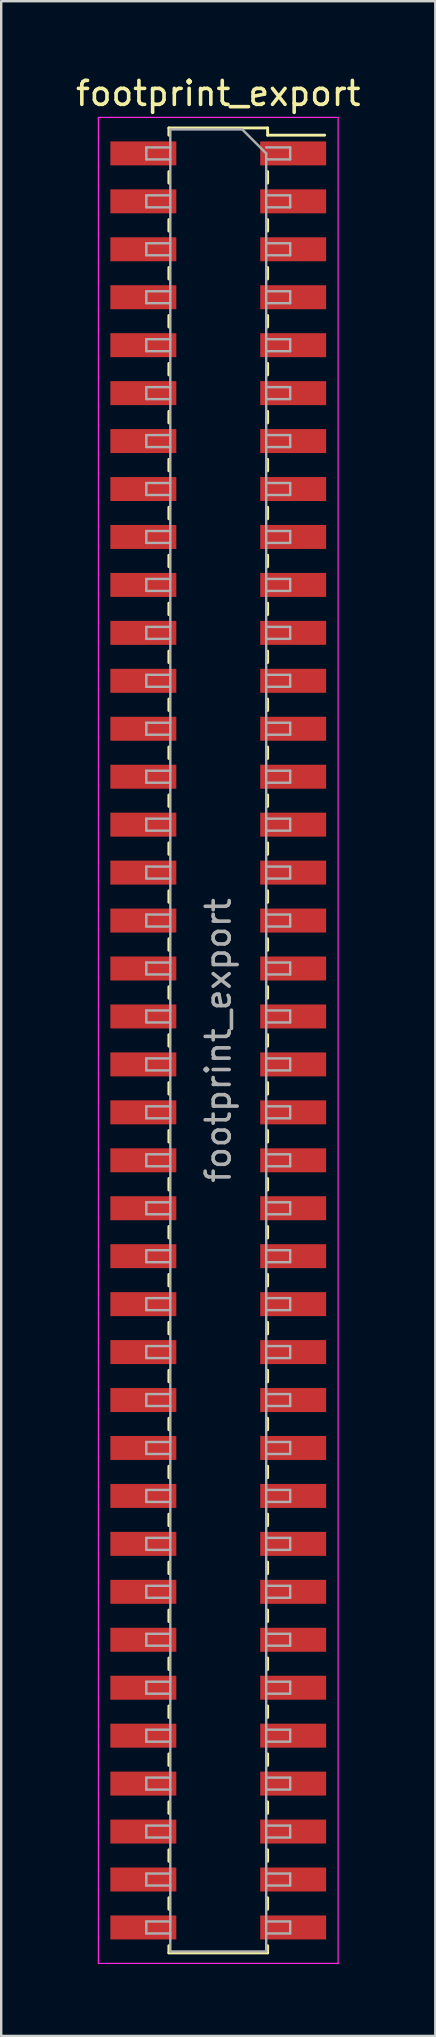
<source format=kicad_pcb>
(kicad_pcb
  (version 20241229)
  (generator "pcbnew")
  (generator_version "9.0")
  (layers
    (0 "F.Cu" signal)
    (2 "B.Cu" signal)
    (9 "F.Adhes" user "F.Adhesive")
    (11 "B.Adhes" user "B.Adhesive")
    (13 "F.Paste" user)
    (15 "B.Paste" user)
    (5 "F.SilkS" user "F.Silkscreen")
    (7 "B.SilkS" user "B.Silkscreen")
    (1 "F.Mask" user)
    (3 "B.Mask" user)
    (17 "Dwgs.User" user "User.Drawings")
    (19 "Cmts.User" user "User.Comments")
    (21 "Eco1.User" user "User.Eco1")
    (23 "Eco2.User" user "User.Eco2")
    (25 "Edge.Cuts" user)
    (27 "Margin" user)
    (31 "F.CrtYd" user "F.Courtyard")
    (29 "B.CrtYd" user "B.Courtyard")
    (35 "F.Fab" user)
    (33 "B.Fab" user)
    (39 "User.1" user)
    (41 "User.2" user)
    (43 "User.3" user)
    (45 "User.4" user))
  (footprint "footprint_export"
    (layer "F.Cu")
    (at 6.054 40.348)
    (property "Reference" "footprint_export" (at 0 -39.5 0) (layer "F.SilkS") (effects (font (size 1 1) (thickness 0.15))))
    (attr smd)
    (fp_line (start -2.06 -38.06) (end -2.06 -37.76) (stroke (width 0.12) (type solid)) (layer "F.SilkS"))
    (fp_line (start -2.06 -38.06) (end 2.06 -38.06) (stroke (width 0.12) (type solid)) (layer "F.SilkS"))
    (fp_line (start -2.06 -36.24) (end -2.06 -35.76) (stroke (width 0.12) (type solid)) (layer "F.SilkS"))
    (fp_line (start -2.06 -34.24) (end -2.06 -33.76) (stroke (width 0.12) (type solid)) (layer "F.SilkS"))
    (fp_line (start -2.06 -32.24) (end -2.06 -31.76) (stroke (width 0.12) (type solid)) (layer "F.SilkS"))
    (fp_line (start -2.06 -30.24) (end -2.06 -29.76) (stroke (width 0.12) (type solid)) (layer "F.SilkS"))
    (fp_line (start -2.06 -28.24) (end -2.06 -27.76) (stroke (width 0.12) (type solid)) (layer "F.SilkS"))
    (fp_line (start -2.06 -26.24) (end -2.06 -25.76) (stroke (width 0.12) (type solid)) (layer "F.SilkS"))
    (fp_line (start -2.06 -24.24) (end -2.06 -23.76) (stroke (width 0.12) (type solid)) (layer "F.SilkS"))
    (fp_line (start -2.06 -22.24) (end -2.06 -21.76) (stroke (width 0.12) (type solid)) (layer "F.SilkS"))
    (fp_line (start -2.06 -20.24) (end -2.06 -19.76) (stroke (width 0.12) (type solid)) (layer "F.SilkS"))
    (fp_line (start -2.06 -18.24) (end -2.06 -17.76) (stroke (width 0.12) (type solid)) (layer "F.SilkS"))
    (fp_line (start -2.06 -16.24) (end -2.06 -15.76) (stroke (width 0.12) (type solid)) (layer "F.SilkS"))
    (fp_line (start -2.06 -14.24) (end -2.06 -13.76) (stroke (width 0.12) (type solid)) (layer "F.SilkS"))
    (fp_line (start -2.06 -12.24) (end -2.06 -11.76) (stroke (width 0.12) (type solid)) (layer "F.SilkS"))
    (fp_line (start -2.06 -10.24) (end -2.06 -9.76) (stroke (width 0.12) (type solid)) (layer "F.SilkS"))
    (fp_line (start -2.06 -8.24) (end -2.06 -7.76) (stroke (width 0.12) (type solid)) (layer "F.SilkS"))
    (fp_line (start -2.06 -6.24) (end -2.06 -5.76) (stroke (width 0.12) (type solid)) (layer "F.SilkS"))
    (fp_line (start -2.06 -4.24) (end -2.06 -3.76) (stroke (width 0.12) (type solid)) (layer "F.SilkS"))
    (fp_line (start -2.06 -2.24) (end -2.06 -1.76) (stroke (width 0.12) (type solid)) (layer "F.SilkS"))
    (fp_line (start -2.06 -0.24) (end -2.06 0.24) (stroke (width 0.12) (type solid)) (layer "F.SilkS"))
    (fp_line (start -2.06 1.76) (end -2.06 2.24) (stroke (width 0.12) (type solid)) (layer "F.SilkS"))
    (fp_line (start -2.06 3.76) (end -2.06 4.24) (stroke (width 0.12) (type solid)) (layer "F.SilkS"))
    (fp_line (start -2.06 5.76) (end -2.06 6.24) (stroke (width 0.12) (type solid)) (layer "F.SilkS"))
    (fp_line (start -2.06 7.76) (end -2.06 8.24) (stroke (width 0.12) (type solid)) (layer "F.SilkS"))
    (fp_line (start -2.06 9.76) (end -2.06 10.24) (stroke (width 0.12) (type solid)) (layer "F.SilkS"))
    (fp_line (start -2.06 11.76) (end -2.06 12.24) (stroke (width 0.12) (type solid)) (layer "F.SilkS"))
    (fp_line (start -2.06 13.76) (end -2.06 14.24) (stroke (width 0.12) (type solid)) (layer "F.SilkS"))
    (fp_line (start -2.06 15.76) (end -2.06 16.24) (stroke (width 0.12) (type solid)) (layer "F.SilkS"))
    (fp_line (start -2.06 17.76) (end -2.06 18.24) (stroke (width 0.12) (type solid)) (layer "F.SilkS"))
    (fp_line (start -2.06 19.76) (end -2.06 20.24) (stroke (width 0.12) (type solid)) (layer "F.SilkS"))
    (fp_line (start -2.06 21.76) (end -2.06 22.24) (stroke (width 0.12) (type solid)) (layer "F.SilkS"))
    (fp_line (start -2.06 23.76) (end -2.06 24.24) (stroke (width 0.12) (type solid)) (layer "F.SilkS"))
    (fp_line (start -2.06 25.76) (end -2.06 26.24) (stroke (width 0.12) (type solid)) (layer "F.SilkS"))
    (fp_line (start -2.06 27.76) (end -2.06 28.24) (stroke (width 0.12) (type solid)) (layer "F.SilkS"))
    (fp_line (start -2.06 29.76) (end -2.06 30.24) (stroke (width 0.12) (type solid)) (layer "F.SilkS"))
    (fp_line (start -2.06 31.76) (end -2.06 32.24) (stroke (width 0.12) (type solid)) (layer "F.SilkS"))
    (fp_line (start -2.06 33.76) (end -2.06 34.24) (stroke (width 0.12) (type solid)) (layer "F.SilkS"))
    (fp_line (start -2.06 35.76) (end -2.06 36.24) (stroke (width 0.12) (type solid)) (layer "F.SilkS"))
    (fp_line (start -2.06 37.76) (end -2.06 38.06) (stroke (width 0.12) (type solid)) (layer "F.SilkS"))
    (fp_line (start -2.06 38.06) (end 2.06 38.06) (stroke (width 0.12) (type solid)) (layer "F.SilkS"))
    (fp_line (start 2.06 -38.06) (end 2.06 -37.76) (stroke (width 0.12) (type solid)) (layer "F.SilkS"))
    (fp_line (start 2.06 -37.76) (end 4.44 -37.76) (stroke (width 0.12) (type solid)) (layer "F.SilkS"))
    (fp_line (start 2.06 -36.24) (end 2.06 -35.76) (stroke (width 0.12) (type solid)) (layer "F.SilkS"))
    (fp_line (start 2.06 -34.24) (end 2.06 -33.76) (stroke (width 0.12) (type solid)) (layer "F.SilkS"))
    (fp_line (start 2.06 -32.24) (end 2.06 -31.76) (stroke (width 0.12) (type solid)) (layer "F.SilkS"))
    (fp_line (start 2.06 -30.24) (end 2.06 -29.76) (stroke (width 0.12) (type solid)) (layer "F.SilkS"))
    (fp_line (start 2.06 -28.24) (end 2.06 -27.76) (stroke (width 0.12) (type solid)) (layer "F.SilkS"))
    (fp_line (start 2.06 -26.24) (end 2.06 -25.76) (stroke (width 0.12) (type solid)) (layer "F.SilkS"))
    (fp_line (start 2.06 -24.24) (end 2.06 -23.76) (stroke (width 0.12) (type solid)) (layer "F.SilkS"))
    (fp_line (start 2.06 -22.24) (end 2.06 -21.76) (stroke (width 0.12) (type solid)) (layer "F.SilkS"))
    (fp_line (start 2.06 -20.24) (end 2.06 -19.76) (stroke (width 0.12) (type solid)) (layer "F.SilkS"))
    (fp_line (start 2.06 -18.24) (end 2.06 -17.76) (stroke (width 0.12) (type solid)) (layer "F.SilkS"))
    (fp_line (start 2.06 -16.24) (end 2.06 -15.76) (stroke (width 0.12) (type solid)) (layer "F.SilkS"))
    (fp_line (start 2.06 -14.24) (end 2.06 -13.76) (stroke (width 0.12) (type solid)) (layer "F.SilkS"))
    (fp_line (start 2.06 -12.24) (end 2.06 -11.76) (stroke (width 0.12) (type solid)) (layer "F.SilkS"))
    (fp_line (start 2.06 -10.24) (end 2.06 -9.76) (stroke (width 0.12) (type solid)) (layer "F.SilkS"))
    (fp_line (start 2.06 -8.24) (end 2.06 -7.76) (stroke (width 0.12) (type solid)) (layer "F.SilkS"))
    (fp_line (start 2.06 -6.24) (end 2.06 -5.76) (stroke (width 0.12) (type solid)) (layer "F.SilkS"))
    (fp_line (start 2.06 -4.24) (end 2.06 -3.76) (stroke (width 0.12) (type solid)) (layer "F.SilkS"))
    (fp_line (start 2.06 -2.24) (end 2.06 -1.76) (stroke (width 0.12) (type solid)) (layer "F.SilkS"))
    (fp_line (start 2.06 -0.24) (end 2.06 0.24) (stroke (width 0.12) (type solid)) (layer "F.SilkS"))
    (fp_line (start 2.06 1.76) (end 2.06 2.24) (stroke (width 0.12) (type solid)) (layer "F.SilkS"))
    (fp_line (start 2.06 3.76) (end 2.06 4.24) (stroke (width 0.12) (type solid)) (layer "F.SilkS"))
    (fp_line (start 2.06 5.76) (end 2.06 6.24) (stroke (width 0.12) (type solid)) (layer "F.SilkS"))
    (fp_line (start 2.06 7.76) (end 2.06 8.24) (stroke (width 0.12) (type solid)) (layer "F.SilkS"))
    (fp_line (start 2.06 9.76) (end 2.06 10.24) (stroke (width 0.12) (type solid)) (layer "F.SilkS"))
    (fp_line (start 2.06 11.76) (end 2.06 12.24) (stroke (width 0.12) (type solid)) (layer "F.SilkS"))
    (fp_line (start 2.06 13.76) (end 2.06 14.24) (stroke (width 0.12) (type solid)) (layer "F.SilkS"))
    (fp_line (start 2.06 15.76) (end 2.06 16.24) (stroke (width 0.12) (type solid)) (layer "F.SilkS"))
    (fp_line (start 2.06 17.76) (end 2.06 18.24) (stroke (width 0.12) (type solid)) (layer "F.SilkS"))
    (fp_line (start 2.06 19.76) (end 2.06 20.24) (stroke (width 0.12) (type solid)) (layer "F.SilkS"))
    (fp_line (start 2.06 21.76) (end 2.06 22.24) (stroke (width 0.12) (type solid)) (layer "F.SilkS"))
    (fp_line (start 2.06 23.76) (end 2.06 24.24) (stroke (width 0.12) (type solid)) (layer "F.SilkS"))
    (fp_line (start 2.06 25.76) (end 2.06 26.24) (stroke (width 0.12) (type solid)) (layer "F.SilkS"))
    (fp_line (start 2.06 27.76) (end 2.06 28.24) (stroke (width 0.12) (type solid)) (layer "F.SilkS"))
    (fp_line (start 2.06 29.76) (end 2.06 30.24) (stroke (width 0.12) (type solid)) (layer "F.SilkS"))
    (fp_line (start 2.06 31.76) (end 2.06 32.24) (stroke (width 0.12) (type solid)) (layer "F.SilkS"))
    (fp_line (start 2.06 33.76) (end 2.06 34.24) (stroke (width 0.12) (type solid)) (layer "F.SilkS"))
    (fp_line (start 2.06 35.76) (end 2.06 36.24) (stroke (width 0.12) (type solid)) (layer "F.SilkS"))
    (fp_line (start 2.06 37.76) (end 2.06 38.06) (stroke (width 0.12) (type solid)) (layer "F.SilkS"))
    (fp_line (start -5 -38.5) (end 5 -38.5) (stroke (width 0.05) (type solid)) (layer "F.CrtYd"))
    (fp_line (start -5 38.5) (end -5 -38.5) (stroke (width 0.05) (type solid)) (layer "F.CrtYd"))
    (fp_line (start 5 -38.5) (end 5 38.5) (stroke (width 0.05) (type solid)) (layer "F.CrtYd"))
    (fp_line (start 5 38.5) (end -5 38.5) (stroke (width 0.05) (type solid)) (layer "F.CrtYd"))
    (fp_line (start -3 -37.25) (end -2 -37.25) (stroke (width 0.1) (type solid)) (layer "F.Fab"))
    (fp_line (start -3 -36.75) (end -3 -37.25) (stroke (width 0.1) (type solid)) (layer "F.Fab"))
    (fp_line (start -3 -35.25) (end -2 -35.25) (stroke (width 0.1) (type solid)) (layer "F.Fab"))
    (fp_line (start -3 -34.75) (end -3 -35.25) (stroke (width 0.1) (type solid)) (layer "F.Fab"))
    (fp_line (start -3 -33.25) (end -2 -33.25) (stroke (width 0.1) (type solid)) (layer "F.Fab"))
    (fp_line (start -3 -32.75) (end -3 -33.25) (stroke (width 0.1) (type solid)) (layer "F.Fab"))
    (fp_line (start -3 -31.25) (end -2 -31.25) (stroke (width 0.1) (type solid)) (layer "F.Fab"))
    (fp_line (start -3 -30.75) (end -3 -31.25) (stroke (width 0.1) (type solid)) (layer "F.Fab"))
    (fp_line (start -3 -29.25) (end -2 -29.25) (stroke (width 0.1) (type solid)) (layer "F.Fab"))
    (fp_line (start -3 -28.75) (end -3 -29.25) (stroke (width 0.1) (type solid)) (layer "F.Fab"))
    (fp_line (start -3 -27.25) (end -2 -27.25) (stroke (width 0.1) (type solid)) (layer "F.Fab"))
    (fp_line (start -3 -26.75) (end -3 -27.25) (stroke (width 0.1) (type solid)) (layer "F.Fab"))
    (fp_line (start -3 -25.25) (end -2 -25.25) (stroke (width 0.1) (type solid)) (layer "F.Fab"))
    (fp_line (start -3 -24.75) (end -3 -25.25) (stroke (width 0.1) (type solid)) (layer "F.Fab"))
    (fp_line (start -3 -23.25) (end -2 -23.25) (stroke (width 0.1) (type solid)) (layer "F.Fab"))
    (fp_line (start -3 -22.75) (end -3 -23.25) (stroke (width 0.1) (type solid)) (layer "F.Fab"))
    (fp_line (start -3 -21.25) (end -2 -21.25) (stroke (width 0.1) (type solid)) (layer "F.Fab"))
    (fp_line (start -3 -20.75) (end -3 -21.25) (stroke (width 0.1) (type solid)) (layer "F.Fab"))
    (fp_line (start -3 -19.25) (end -2 -19.25) (stroke (width 0.1) (type solid)) (layer "F.Fab"))
    (fp_line (start -3 -18.75) (end -3 -19.25) (stroke (width 0.1) (type solid)) (layer "F.Fab"))
    (fp_line (start -3 -17.25) (end -2 -17.25) (stroke (width 0.1) (type solid)) (layer "F.Fab"))
    (fp_line (start -3 -16.75) (end -3 -17.25) (stroke (width 0.1) (type solid)) (layer "F.Fab"))
    (fp_line (start -3 -15.25) (end -2 -15.25) (stroke (width 0.1) (type solid)) (layer "F.Fab"))
    (fp_line (start -3 -14.75) (end -3 -15.25) (stroke (width 0.1) (type solid)) (layer "F.Fab"))
    (fp_line (start -3 -13.25) (end -2 -13.25) (stroke (width 0.1) (type solid)) (layer "F.Fab"))
    (fp_line (start -3 -12.75) (end -3 -13.25) (stroke (width 0.1) (type solid)) (layer "F.Fab"))
    (fp_line (start -3 -11.25) (end -2 -11.25) (stroke (width 0.1) (type solid)) (layer "F.Fab"))
    (fp_line (start -3 -10.75) (end -3 -11.25) (stroke (width 0.1) (type solid)) (layer "F.Fab"))
    (fp_line (start -3 -9.25) (end -2 -9.25) (stroke (width 0.1) (type solid)) (layer "F.Fab"))
    (fp_line (start -3 -8.75) (end -3 -9.25) (stroke (width 0.1) (type solid)) (layer "F.Fab"))
    (fp_line (start -3 -7.25) (end -2 -7.25) (stroke (width 0.1) (type solid)) (layer "F.Fab"))
    (fp_line (start -3 -6.75) (end -3 -7.25) (stroke (width 0.1) (type solid)) (layer "F.Fab"))
    (fp_line (start -3 -5.25) (end -2 -5.25) (stroke (width 0.1) (type solid)) (layer "F.Fab"))
    (fp_line (start -3 -4.75) (end -3 -5.25) (stroke (width 0.1) (type solid)) (layer "F.Fab"))
    (fp_line (start -3 -3.25) (end -2 -3.25) (stroke (width 0.1) (type solid)) (layer "F.Fab"))
    (fp_line (start -3 -2.75) (end -3 -3.25) (stroke (width 0.1) (type solid)) (layer "F.Fab"))
    (fp_line (start -3 -1.25) (end -2 -1.25) (stroke (width 0.1) (type solid)) (layer "F.Fab"))
    (fp_line (start -3 -0.75) (end -3 -1.25) (stroke (width 0.1) (type solid)) (layer "F.Fab"))
    (fp_line (start -3 0.75) (end -2 0.75) (stroke (width 0.1) (type solid)) (layer "F.Fab"))
    (fp_line (start -3 1.25) (end -3 0.75) (stroke (width 0.1) (type solid)) (layer "F.Fab"))
    (fp_line (start -3 2.75) (end -2 2.75) (stroke (width 0.1) (type solid)) (layer "F.Fab"))
    (fp_line (start -3 3.25) (end -3 2.75) (stroke (width 0.1) (type solid)) (layer "F.Fab"))
    (fp_line (start -3 4.75) (end -2 4.75) (stroke (width 0.1) (type solid)) (layer "F.Fab"))
    (fp_line (start -3 5.25) (end -3 4.75) (stroke (width 0.1) (type solid)) (layer "F.Fab"))
    (fp_line (start -3 6.75) (end -2 6.75) (stroke (width 0.1) (type solid)) (layer "F.Fab"))
    (fp_line (start -3 7.25) (end -3 6.75) (stroke (width 0.1) (type solid)) (layer "F.Fab"))
    (fp_line (start -3 8.75) (end -2 8.75) (stroke (width 0.1) (type solid)) (layer "F.Fab"))
    (fp_line (start -3 9.25) (end -3 8.75) (stroke (width 0.1) (type solid)) (layer "F.Fab"))
    (fp_line (start -3 10.75) (end -2 10.75) (stroke (width 0.1) (type solid)) (layer "F.Fab"))
    (fp_line (start -3 11.25) (end -3 10.75) (stroke (width 0.1) (type solid)) (layer "F.Fab"))
    (fp_line (start -3 12.75) (end -2 12.75) (stroke (width 0.1) (type solid)) (layer "F.Fab"))
    (fp_line (start -3 13.25) (end -3 12.75) (stroke (width 0.1) (type solid)) (layer "F.Fab"))
    (fp_line (start -3 14.75) (end -2 14.75) (stroke (width 0.1) (type solid)) (layer "F.Fab"))
    (fp_line (start -3 15.25) (end -3 14.75) (stroke (width 0.1) (type solid)) (layer "F.Fab"))
    (fp_line (start -3 16.75) (end -2 16.75) (stroke (width 0.1) (type solid)) (layer "F.Fab"))
    (fp_line (start -3 17.25) (end -3 16.75) (stroke (width 0.1) (type solid)) (layer "F.Fab"))
    (fp_line (start -3 18.75) (end -2 18.75) (stroke (width 0.1) (type solid)) (layer "F.Fab"))
    (fp_line (start -3 19.25) (end -3 18.75) (stroke (width 0.1) (type solid)) (layer "F.Fab"))
    (fp_line (start -3 20.75) (end -2 20.75) (stroke (width 0.1) (type solid)) (layer "F.Fab"))
    (fp_line (start -3 21.25) (end -3 20.75) (stroke (width 0.1) (type solid)) (layer "F.Fab"))
    (fp_line (start -3 22.75) (end -2 22.75) (stroke (width 0.1) (type solid)) (layer "F.Fab"))
    (fp_line (start -3 23.25) (end -3 22.75) (stroke (width 0.1) (type solid)) (layer "F.Fab"))
    (fp_line (start -3 24.75) (end -2 24.75) (stroke (width 0.1) (type solid)) (layer "F.Fab"))
    (fp_line (start -3 25.25) (end -3 24.75) (stroke (width 0.1) (type solid)) (layer "F.Fab"))
    (fp_line (start -3 26.75) (end -2 26.75) (stroke (width 0.1) (type solid)) (layer "F.Fab"))
    (fp_line (start -3 27.25) (end -3 26.75) (stroke (width 0.1) (type solid)) (layer "F.Fab"))
    (fp_line (start -3 28.75) (end -2 28.75) (stroke (width 0.1) (type solid)) (layer "F.Fab"))
    (fp_line (start -3 29.25) (end -3 28.75) (stroke (width 0.1) (type solid)) (layer "F.Fab"))
    (fp_line (start -3 30.75) (end -2 30.75) (stroke (width 0.1) (type solid)) (layer "F.Fab"))
    (fp_line (start -3 31.25) (end -3 30.75) (stroke (width 0.1) (type solid)) (layer "F.Fab"))
    (fp_line (start -3 32.75) (end -2 32.75) (stroke (width 0.1) (type solid)) (layer "F.Fab"))
    (fp_line (start -3 33.25) (end -3 32.75) (stroke (width 0.1) (type solid)) (layer "F.Fab"))
    (fp_line (start -3 34.75) (end -2 34.75) (stroke (width 0.1) (type solid)) (layer "F.Fab"))
    (fp_line (start -3 35.25) (end -3 34.75) (stroke (width 0.1) (type solid)) (layer "F.Fab"))
    (fp_line (start -3 36.75) (end -2 36.75) (stroke (width 0.1) (type solid)) (layer "F.Fab"))
    (fp_line (start -3 37.25) (end -3 36.75) (stroke (width 0.1) (type solid)) (layer "F.Fab"))
    (fp_line (start -2 -38) (end 1 -38) (stroke (width 0.1) (type solid)) (layer "F.Fab"))
    (fp_line (start -2 -36.75) (end -3 -36.75) (stroke (width 0.1) (type solid)) (layer "F.Fab"))
    (fp_line (start -2 -34.75) (end -3 -34.75) (stroke (width 0.1) (type solid)) (layer "F.Fab"))
    (fp_line (start -2 -32.75) (end -3 -32.75) (stroke (width 0.1) (type solid)) (layer "F.Fab"))
    (fp_line (start -2 -30.75) (end -3 -30.75) (stroke (width 0.1) (type solid)) (layer "F.Fab"))
    (fp_line (start -2 -28.75) (end -3 -28.75) (stroke (width 0.1) (type solid)) (layer "F.Fab"))
    (fp_line (start -2 -26.75) (end -3 -26.75) (stroke (width 0.1) (type solid)) (layer "F.Fab"))
    (fp_line (start -2 -24.75) (end -3 -24.75) (stroke (width 0.1) (type solid)) (layer "F.Fab"))
    (fp_line (start -2 -22.75) (end -3 -22.75) (stroke (width 0.1) (type solid)) (layer "F.Fab"))
    (fp_line (start -2 -20.75) (end -3 -20.75) (stroke (width 0.1) (type solid)) (layer "F.Fab"))
    (fp_line (start -2 -18.75) (end -3 -18.75) (stroke (width 0.1) (type solid)) (layer "F.Fab"))
    (fp_line (start -2 -16.75) (end -3 -16.75) (stroke (width 0.1) (type solid)) (layer "F.Fab"))
    (fp_line (start -2 -14.75) (end -3 -14.75) (stroke (width 0.1) (type solid)) (layer "F.Fab"))
    (fp_line (start -2 -12.75) (end -3 -12.75) (stroke (width 0.1) (type solid)) (layer "F.Fab"))
    (fp_line (start -2 -10.75) (end -3 -10.75) (stroke (width 0.1) (type solid)) (layer "F.Fab"))
    (fp_line (start -2 -8.75) (end -3 -8.75) (stroke (width 0.1) (type solid)) (layer "F.Fab"))
    (fp_line (start -2 -6.75) (end -3 -6.75) (stroke (width 0.1) (type solid)) (layer "F.Fab"))
    (fp_line (start -2 -4.75) (end -3 -4.75) (stroke (width 0.1) (type solid)) (layer "F.Fab"))
    (fp_line (start -2 -2.75) (end -3 -2.75) (stroke (width 0.1) (type solid)) (layer "F.Fab"))
    (fp_line (start -2 -0.75) (end -3 -0.75) (stroke (width 0.1) (type solid)) (layer "F.Fab"))
    (fp_line (start -2 1.25) (end -3 1.25) (stroke (width 0.1) (type solid)) (layer "F.Fab"))
    (fp_line (start -2 3.25) (end -3 3.25) (stroke (width 0.1) (type solid)) (layer "F.Fab"))
    (fp_line (start -2 5.25) (end -3 5.25) (stroke (width 0.1) (type solid)) (layer "F.Fab"))
    (fp_line (start -2 7.25) (end -3 7.25) (stroke (width 0.1) (type solid)) (layer "F.Fab"))
    (fp_line (start -2 9.25) (end -3 9.25) (stroke (width 0.1) (type solid)) (layer "F.Fab"))
    (fp_line (start -2 11.25) (end -3 11.25) (stroke (width 0.1) (type solid)) (layer "F.Fab"))
    (fp_line (start -2 13.25) (end -3 13.25) (stroke (width 0.1) (type solid)) (layer "F.Fab"))
    (fp_line (start -2 15.25) (end -3 15.25) (stroke (width 0.1) (type solid)) (layer "F.Fab"))
    (fp_line (start -2 17.25) (end -3 17.25) (stroke (width 0.1) (type solid)) (layer "F.Fab"))
    (fp_line (start -2 19.25) (end -3 19.25) (stroke (width 0.1) (type solid)) (layer "F.Fab"))
    (fp_line (start -2 21.25) (end -3 21.25) (stroke (width 0.1) (type solid)) (layer "F.Fab"))
    (fp_line (start -2 23.25) (end -3 23.25) (stroke (width 0.1) (type solid)) (layer "F.Fab"))
    (fp_line (start -2 25.25) (end -3 25.25) (stroke (width 0.1) (type solid)) (layer "F.Fab"))
    (fp_line (start -2 27.25) (end -3 27.25) (stroke (width 0.1) (type solid)) (layer "F.Fab"))
    (fp_line (start -2 29.25) (end -3 29.25) (stroke (width 0.1) (type solid)) (layer "F.Fab"))
    (fp_line (start -2 31.25) (end -3 31.25) (stroke (width 0.1) (type solid)) (layer "F.Fab"))
    (fp_line (start -2 33.25) (end -3 33.25) (stroke (width 0.1) (type solid)) (layer "F.Fab"))
    (fp_line (start -2 35.25) (end -3 35.25) (stroke (width 0.1) (type solid)) (layer "F.Fab"))
    (fp_line (start -2 37.25) (end -3 37.25) (stroke (width 0.1) (type solid)) (layer "F.Fab"))
    (fp_line (start -2 38) (end -2 -38) (stroke (width 0.1) (type solid)) (layer "F.Fab"))
    (fp_line (start 1 -38) (end 2 -37) (stroke (width 0.1) (type solid)) (layer "F.Fab"))
    (fp_line (start 2 -37.25) (end 3 -37.25) (stroke (width 0.1) (type solid)) (layer "F.Fab"))
    (fp_line (start 2 -37) (end 2 38) (stroke (width 0.1) (type solid)) (layer "F.Fab"))
    (fp_line (start 2 -35.25) (end 3 -35.25) (stroke (width 0.1) (type solid)) (layer "F.Fab"))
    (fp_line (start 2 -33.25) (end 3 -33.25) (stroke (width 0.1) (type solid)) (layer "F.Fab"))
    (fp_line (start 2 -31.25) (end 3 -31.25) (stroke (width 0.1) (type solid)) (layer "F.Fab"))
    (fp_line (start 2 -29.25) (end 3 -29.25) (stroke (width 0.1) (type solid)) (layer "F.Fab"))
    (fp_line (start 2 -27.25) (end 3 -27.25) (stroke (width 0.1) (type solid)) (layer "F.Fab"))
    (fp_line (start 2 -25.25) (end 3 -25.25) (stroke (width 0.1) (type solid)) (layer "F.Fab"))
    (fp_line (start 2 -23.25) (end 3 -23.25) (stroke (width 0.1) (type solid)) (layer "F.Fab"))
    (fp_line (start 2 -21.25) (end 3 -21.25) (stroke (width 0.1) (type solid)) (layer "F.Fab"))
    (fp_line (start 2 -19.25) (end 3 -19.25) (stroke (width 0.1) (type solid)) (layer "F.Fab"))
    (fp_line (start 2 -17.25) (end 3 -17.25) (stroke (width 0.1) (type solid)) (layer "F.Fab"))
    (fp_line (start 2 -15.25) (end 3 -15.25) (stroke (width 0.1) (type solid)) (layer "F.Fab"))
    (fp_line (start 2 -13.25) (end 3 -13.25) (stroke (width 0.1) (type solid)) (layer "F.Fab"))
    (fp_line (start 2 -11.25) (end 3 -11.25) (stroke (width 0.1) (type solid)) (layer "F.Fab"))
    (fp_line (start 2 -9.25) (end 3 -9.25) (stroke (width 0.1) (type solid)) (layer "F.Fab"))
    (fp_line (start 2 -7.25) (end 3 -7.25) (stroke (width 0.1) (type solid)) (layer "F.Fab"))
    (fp_line (start 2 -5.25) (end 3 -5.25) (stroke (width 0.1) (type solid)) (layer "F.Fab"))
    (fp_line (start 2 -3.25) (end 3 -3.25) (stroke (width 0.1) (type solid)) (layer "F.Fab"))
    (fp_line (start 2 -1.25) (end 3 -1.25) (stroke (width 0.1) (type solid)) (layer "F.Fab"))
    (fp_line (start 2 0.75) (end 3 0.75) (stroke (width 0.1) (type solid)) (layer "F.Fab"))
    (fp_line (start 2 2.75) (end 3 2.75) (stroke (width 0.1) (type solid)) (layer "F.Fab"))
    (fp_line (start 2 4.75) (end 3 4.75) (stroke (width 0.1) (type solid)) (layer "F.Fab"))
    (fp_line (start 2 6.75) (end 3 6.75) (stroke (width 0.1) (type solid)) (layer "F.Fab"))
    (fp_line (start 2 8.75) (end 3 8.75) (stroke (width 0.1) (type solid)) (layer "F.Fab"))
    (fp_line (start 2 10.75) (end 3 10.75) (stroke (width 0.1) (type solid)) (layer "F.Fab"))
    (fp_line (start 2 12.75) (end 3 12.75) (stroke (width 0.1) (type solid)) (layer "F.Fab"))
    (fp_line (start 2 14.75) (end 3 14.75) (stroke (width 0.1) (type solid)) (layer "F.Fab"))
    (fp_line (start 2 16.75) (end 3 16.75) (stroke (width 0.1) (type solid)) (layer "F.Fab"))
    (fp_line (start 2 18.75) (end 3 18.75) (stroke (width 0.1) (type solid)) (layer "F.Fab"))
    (fp_line (start 2 20.75) (end 3 20.75) (stroke (width 0.1) (type solid)) (layer "F.Fab"))
    (fp_line (start 2 22.75) (end 3 22.75) (stroke (width 0.1) (type solid)) (layer "F.Fab"))
    (fp_line (start 2 24.75) (end 3 24.75) (stroke (width 0.1) (type solid)) (layer "F.Fab"))
    (fp_line (start 2 26.75) (end 3 26.75) (stroke (width 0.1) (type solid)) (layer "F.Fab"))
    (fp_line (start 2 28.75) (end 3 28.75) (stroke (width 0.1) (type solid)) (layer "F.Fab"))
    (fp_line (start 2 30.75) (end 3 30.75) (stroke (width 0.1) (type solid)) (layer "F.Fab"))
    (fp_line (start 2 32.75) (end 3 32.75) (stroke (width 0.1) (type solid)) (layer "F.Fab"))
    (fp_line (start 2 34.75) (end 3 34.75) (stroke (width 0.1) (type solid)) (layer "F.Fab"))
    (fp_line (start 2 36.75) (end 3 36.75) (stroke (width 0.1) (type solid)) (layer "F.Fab"))
    (fp_line (start 2 38) (end -2 38) (stroke (width 0.1) (type solid)) (layer "F.Fab"))
    (fp_line (start 3 -37.25) (end 3 -36.75) (stroke (width 0.1) (type solid)) (layer "F.Fab"))
    (fp_line (start 3 -36.75) (end 2 -36.75) (stroke (width 0.1) (type solid)) (layer "F.Fab"))
    (fp_line (start 3 -35.25) (end 3 -34.75) (stroke (width 0.1) (type solid)) (layer "F.Fab"))
    (fp_line (start 3 -34.75) (end 2 -34.75) (stroke (width 0.1) (type solid)) (layer "F.Fab"))
    (fp_line (start 3 -33.25) (end 3 -32.75) (stroke (width 0.1) (type solid)) (layer "F.Fab"))
    (fp_line (start 3 -32.75) (end 2 -32.75) (stroke (width 0.1) (type solid)) (layer "F.Fab"))
    (fp_line (start 3 -31.25) (end 3 -30.75) (stroke (width 0.1) (type solid)) (layer "F.Fab"))
    (fp_line (start 3 -30.75) (end 2 -30.75) (stroke (width 0.1) (type solid)) (layer "F.Fab"))
    (fp_line (start 3 -29.25) (end 3 -28.75) (stroke (width 0.1) (type solid)) (layer "F.Fab"))
    (fp_line (start 3 -28.75) (end 2 -28.75) (stroke (width 0.1) (type solid)) (layer "F.Fab"))
    (fp_line (start 3 -27.25) (end 3 -26.75) (stroke (width 0.1) (type solid)) (layer "F.Fab"))
    (fp_line (start 3 -26.75) (end 2 -26.75) (stroke (width 0.1) (type solid)) (layer "F.Fab"))
    (fp_line (start 3 -25.25) (end 3 -24.75) (stroke (width 0.1) (type solid)) (layer "F.Fab"))
    (fp_line (start 3 -24.75) (end 2 -24.75) (stroke (width 0.1) (type solid)) (layer "F.Fab"))
    (fp_line (start 3 -23.25) (end 3 -22.75) (stroke (width 0.1) (type solid)) (layer "F.Fab"))
    (fp_line (start 3 -22.75) (end 2 -22.75) (stroke (width 0.1) (type solid)) (layer "F.Fab"))
    (fp_line (start 3 -21.25) (end 3 -20.75) (stroke (width 0.1) (type solid)) (layer "F.Fab"))
    (fp_line (start 3 -20.75) (end 2 -20.75) (stroke (width 0.1) (type solid)) (layer "F.Fab"))
    (fp_line (start 3 -19.25) (end 3 -18.75) (stroke (width 0.1) (type solid)) (layer "F.Fab"))
    (fp_line (start 3 -18.75) (end 2 -18.75) (stroke (width 0.1) (type solid)) (layer "F.Fab"))
    (fp_line (start 3 -17.25) (end 3 -16.75) (stroke (width 0.1) (type solid)) (layer "F.Fab"))
    (fp_line (start 3 -16.75) (end 2 -16.75) (stroke (width 0.1) (type solid)) (layer "F.Fab"))
    (fp_line (start 3 -15.25) (end 3 -14.75) (stroke (width 0.1) (type solid)) (layer "F.Fab"))
    (fp_line (start 3 -14.75) (end 2 -14.75) (stroke (width 0.1) (type solid)) (layer "F.Fab"))
    (fp_line (start 3 -13.25) (end 3 -12.75) (stroke (width 0.1) (type solid)) (layer "F.Fab"))
    (fp_line (start 3 -12.75) (end 2 -12.75) (stroke (width 0.1) (type solid)) (layer "F.Fab"))
    (fp_line (start 3 -11.25) (end 3 -10.75) (stroke (width 0.1) (type solid)) (layer "F.Fab"))
    (fp_line (start 3 -10.75) (end 2 -10.75) (stroke (width 0.1) (type solid)) (layer "F.Fab"))
    (fp_line (start 3 -9.25) (end 3 -8.75) (stroke (width 0.1) (type solid)) (layer "F.Fab"))
    (fp_line (start 3 -8.75) (end 2 -8.75) (stroke (width 0.1) (type solid)) (layer "F.Fab"))
    (fp_line (start 3 -7.25) (end 3 -6.75) (stroke (width 0.1) (type solid)) (layer "F.Fab"))
    (fp_line (start 3 -6.75) (end 2 -6.75) (stroke (width 0.1) (type solid)) (layer "F.Fab"))
    (fp_line (start 3 -5.25) (end 3 -4.75) (stroke (width 0.1) (type solid)) (layer "F.Fab"))
    (fp_line (start 3 -4.75) (end 2 -4.75) (stroke (width 0.1) (type solid)) (layer "F.Fab"))
    (fp_line (start 3 -3.25) (end 3 -2.75) (stroke (width 0.1) (type solid)) (layer "F.Fab"))
    (fp_line (start 3 -2.75) (end 2 -2.75) (stroke (width 0.1) (type solid)) (layer "F.Fab"))
    (fp_line (start 3 -1.25) (end 3 -0.75) (stroke (width 0.1) (type solid)) (layer "F.Fab"))
    (fp_line (start 3 -0.75) (end 2 -0.75) (stroke (width 0.1) (type solid)) (layer "F.Fab"))
    (fp_line (start 3 0.75) (end 3 1.25) (stroke (width 0.1) (type solid)) (layer "F.Fab"))
    (fp_line (start 3 1.25) (end 2 1.25) (stroke (width 0.1) (type solid)) (layer "F.Fab"))
    (fp_line (start 3 2.75) (end 3 3.25) (stroke (width 0.1) (type solid)) (layer "F.Fab"))
    (fp_line (start 3 3.25) (end 2 3.25) (stroke (width 0.1) (type solid)) (layer "F.Fab"))
    (fp_line (start 3 4.75) (end 3 5.25) (stroke (width 0.1) (type solid)) (layer "F.Fab"))
    (fp_line (start 3 5.25) (end 2 5.25) (stroke (width 0.1) (type solid)) (layer "F.Fab"))
    (fp_line (start 3 6.75) (end 3 7.25) (stroke (width 0.1) (type solid)) (layer "F.Fab"))
    (fp_line (start 3 7.25) (end 2 7.25) (stroke (width 0.1) (type solid)) (layer "F.Fab"))
    (fp_line (start 3 8.75) (end 3 9.25) (stroke (width 0.1) (type solid)) (layer "F.Fab"))
    (fp_line (start 3 9.25) (end 2 9.25) (stroke (width 0.1) (type solid)) (layer "F.Fab"))
    (fp_line (start 3 10.75) (end 3 11.25) (stroke (width 0.1) (type solid)) (layer "F.Fab"))
    (fp_line (start 3 11.25) (end 2 11.25) (stroke (width 0.1) (type solid)) (layer "F.Fab"))
    (fp_line (start 3 12.75) (end 3 13.25) (stroke (width 0.1) (type solid)) (layer "F.Fab"))
    (fp_line (start 3 13.25) (end 2 13.25) (stroke (width 0.1) (type solid)) (layer "F.Fab"))
    (fp_line (start 3 14.75) (end 3 15.25) (stroke (width 0.1) (type solid)) (layer "F.Fab"))
    (fp_line (start 3 15.25) (end 2 15.25) (stroke (width 0.1) (type solid)) (layer "F.Fab"))
    (fp_line (start 3 16.75) (end 3 17.25) (stroke (width 0.1) (type solid)) (layer "F.Fab"))
    (fp_line (start 3 17.25) (end 2 17.25) (stroke (width 0.1) (type solid)) (layer "F.Fab"))
    (fp_line (start 3 18.75) (end 3 19.25) (stroke (width 0.1) (type solid)) (layer "F.Fab"))
    (fp_line (start 3 19.25) (end 2 19.25) (stroke (width 0.1) (type solid)) (layer "F.Fab"))
    (fp_line (start 3 20.75) (end 3 21.25) (stroke (width 0.1) (type solid)) (layer "F.Fab"))
    (fp_line (start 3 21.25) (end 2 21.25) (stroke (width 0.1) (type solid)) (layer "F.Fab"))
    (fp_line (start 3 22.75) (end 3 23.25) (stroke (width 0.1) (type solid)) (layer "F.Fab"))
    (fp_line (start 3 23.25) (end 2 23.25) (stroke (width 0.1) (type solid)) (layer "F.Fab"))
    (fp_line (start 3 24.75) (end 3 25.25) (stroke (width 0.1) (type solid)) (layer "F.Fab"))
    (fp_line (start 3 25.25) (end 2 25.25) (stroke (width 0.1) (type solid)) (layer "F.Fab"))
    (fp_line (start 3 26.75) (end 3 27.25) (stroke (width 0.1) (type solid)) (layer "F.Fab"))
    (fp_line (start 3 27.25) (end 2 27.25) (stroke (width 0.1) (type solid)) (layer "F.Fab"))
    (fp_line (start 3 28.75) (end 3 29.25) (stroke (width 0.1) (type solid)) (layer "F.Fab"))
    (fp_line (start 3 29.25) (end 2 29.25) (stroke (width 0.1) (type solid)) (layer "F.Fab"))
    (fp_line (start 3 30.75) (end 3 31.25) (stroke (width 0.1) (type solid)) (layer "F.Fab"))
    (fp_line (start 3 31.25) (end 2 31.25) (stroke (width 0.1) (type solid)) (layer "F.Fab"))
    (fp_line (start 3 32.75) (end 3 33.25) (stroke (width 0.1) (type solid)) (layer "F.Fab"))
    (fp_line (start 3 33.25) (end 2 33.25) (stroke (width 0.1) (type solid)) (layer "F.Fab"))
    (fp_line (start 3 34.75) (end 3 35.25) (stroke (width 0.1) (type solid)) (layer "F.Fab"))
    (fp_line (start 3 35.25) (end 2 35.25) (stroke (width 0.1) (type solid)) (layer "F.Fab"))
    (fp_line (start 3 36.75) (end 3 37.25) (stroke (width 0.1) (type solid)) (layer "F.Fab"))
    (fp_line (start 3 37.25) (end 2 37.25) (stroke (width 0.1) (type solid)) (layer "F.Fab"))
    (fp_text user "${REFERENCE}" (at 0 0 90) (layer "F.Fab") (effects (font (size 1 1) (thickness 0.15))))
    (pad "1" smd rect (at 3.125 -37) (size 2.75 1) (layers "F.Cu" "F.Mask" "F.Paste"))
    (pad "2" smd rect (at -3.125 -37) (size 2.75 1) (layers "F.Cu" "F.Mask" "F.Paste"))
    (pad "3" smd rect (at 3.125 -35) (size 2.75 1) (layers "F.Cu" "F.Mask" "F.Paste"))
    (pad "4" smd rect (at -3.125 -35) (size 2.75 1) (layers "F.Cu" "F.Mask" "F.Paste"))
    (pad "5" smd rect (at 3.125 -33) (size 2.75 1) (layers "F.Cu" "F.Mask" "F.Paste"))
    (pad "6" smd rect (at -3.125 -33) (size 2.75 1) (layers "F.Cu" "F.Mask" "F.Paste"))
    (pad "7" smd rect (at 3.125 -31) (size 2.75 1) (layers "F.Cu" "F.Mask" "F.Paste"))
    (pad "8" smd rect (at -3.125 -31) (size 2.75 1) (layers "F.Cu" "F.Mask" "F.Paste"))
    (pad "9" smd rect (at 3.125 -29) (size 2.75 1) (layers "F.Cu" "F.Mask" "F.Paste"))
    (pad "10" smd rect (at -3.125 -29) (size 2.75 1) (layers "F.Cu" "F.Mask" "F.Paste"))
    (pad "11" smd rect (at 3.125 -27) (size 2.75 1) (layers "F.Cu" "F.Mask" "F.Paste"))
    (pad "12" smd rect (at -3.125 -27) (size 2.75 1) (layers "F.Cu" "F.Mask" "F.Paste"))
    (pad "13" smd rect (at 3.125 -25) (size 2.75 1) (layers "F.Cu" "F.Mask" "F.Paste"))
    (pad "14" smd rect (at -3.125 -25) (size 2.75 1) (layers "F.Cu" "F.Mask" "F.Paste"))
    (pad "15" smd rect (at 3.125 -23) (size 2.75 1) (layers "F.Cu" "F.Mask" "F.Paste"))
    (pad "16" smd rect (at -3.125 -23) (size 2.75 1) (layers "F.Cu" "F.Mask" "F.Paste"))
    (pad "17" smd rect (at 3.125 -21) (size 2.75 1) (layers "F.Cu" "F.Mask" "F.Paste"))
    (pad "18" smd rect (at -3.125 -21) (size 2.75 1) (layers "F.Cu" "F.Mask" "F.Paste"))
    (pad "19" smd rect (at 3.125 -19) (size 2.75 1) (layers "F.Cu" "F.Mask" "F.Paste"))
    (pad "20" smd rect (at -3.125 -19) (size 2.75 1) (layers "F.Cu" "F.Mask" "F.Paste"))
    (pad "21" smd rect (at 3.125 -17) (size 2.75 1) (layers "F.Cu" "F.Mask" "F.Paste"))
    (pad "22" smd rect (at -3.125 -17) (size 2.75 1) (layers "F.Cu" "F.Mask" "F.Paste"))
    (pad "23" smd rect (at 3.125 -15) (size 2.75 1) (layers "F.Cu" "F.Mask" "F.Paste"))
    (pad "24" smd rect (at -3.125 -15) (size 2.75 1) (layers "F.Cu" "F.Mask" "F.Paste"))
    (pad "25" smd rect (at 3.125 -13) (size 2.75 1) (layers "F.Cu" "F.Mask" "F.Paste"))
    (pad "26" smd rect (at -3.125 -13) (size 2.75 1) (layers "F.Cu" "F.Mask" "F.Paste"))
    (pad "27" smd rect (at 3.125 -11) (size 2.75 1) (layers "F.Cu" "F.Mask" "F.Paste"))
    (pad "28" smd rect (at -3.125 -11) (size 2.75 1) (layers "F.Cu" "F.Mask" "F.Paste"))
    (pad "29" smd rect (at 3.125 -9) (size 2.75 1) (layers "F.Cu" "F.Mask" "F.Paste"))
    (pad "30" smd rect (at -3.125 -9) (size 2.75 1) (layers "F.Cu" "F.Mask" "F.Paste"))
    (pad "31" smd rect (at 3.125 -7) (size 2.75 1) (layers "F.Cu" "F.Mask" "F.Paste"))
    (pad "32" smd rect (at -3.125 -7) (size 2.75 1) (layers "F.Cu" "F.Mask" "F.Paste"))
    (pad "33" smd rect (at 3.125 -5) (size 2.75 1) (layers "F.Cu" "F.Mask" "F.Paste"))
    (pad "34" smd rect (at -3.125 -5) (size 2.75 1) (layers "F.Cu" "F.Mask" "F.Paste"))
    (pad "35" smd rect (at 3.125 -3) (size 2.75 1) (layers "F.Cu" "F.Mask" "F.Paste"))
    (pad "36" smd rect (at -3.125 -3) (size 2.75 1) (layers "F.Cu" "F.Mask" "F.Paste"))
    (pad "37" smd rect (at 3.125 -1) (size 2.75 1) (layers "F.Cu" "F.Mask" "F.Paste"))
    (pad "38" smd rect (at -3.125 -1) (size 2.75 1) (layers "F.Cu" "F.Mask" "F.Paste"))
    (pad "39" smd rect (at 3.125 1) (size 2.75 1) (layers "F.Cu" "F.Mask" "F.Paste"))
    (pad "40" smd rect (at -3.125 1) (size 2.75 1) (layers "F.Cu" "F.Mask" "F.Paste"))
    (pad "41" smd rect (at 3.125 3) (size 2.75 1) (layers "F.Cu" "F.Mask" "F.Paste"))
    (pad "42" smd rect (at -3.125 3) (size 2.75 1) (layers "F.Cu" "F.Mask" "F.Paste"))
    (pad "43" smd rect (at 3.125 5) (size 2.75 1) (layers "F.Cu" "F.Mask" "F.Paste"))
    (pad "44" smd rect (at -3.125 5) (size 2.75 1) (layers "F.Cu" "F.Mask" "F.Paste"))
    (pad "45" smd rect (at 3.125 7) (size 2.75 1) (layers "F.Cu" "F.Mask" "F.Paste"))
    (pad "46" smd rect (at -3.125 7) (size 2.75 1) (layers "F.Cu" "F.Mask" "F.Paste"))
    (pad "47" smd rect (at 3.125 9) (size 2.75 1) (layers "F.Cu" "F.Mask" "F.Paste"))
    (pad "48" smd rect (at -3.125 9) (size 2.75 1) (layers "F.Cu" "F.Mask" "F.Paste"))
    (pad "49" smd rect (at 3.125 11) (size 2.75 1) (layers "F.Cu" "F.Mask" "F.Paste"))
    (pad "50" smd rect (at -3.125 11) (size 2.75 1) (layers "F.Cu" "F.Mask" "F.Paste"))
    (pad "51" smd rect (at 3.125 13) (size 2.75 1) (layers "F.Cu" "F.Mask" "F.Paste"))
    (pad "52" smd rect (at -3.125 13) (size 2.75 1) (layers "F.Cu" "F.Mask" "F.Paste"))
    (pad "53" smd rect (at 3.125 15) (size 2.75 1) (layers "F.Cu" "F.Mask" "F.Paste"))
    (pad "54" smd rect (at -3.125 15) (size 2.75 1) (layers "F.Cu" "F.Mask" "F.Paste"))
    (pad "55" smd rect (at 3.125 17) (size 2.75 1) (layers "F.Cu" "F.Mask" "F.Paste"))
    (pad "56" smd rect (at -3.125 17) (size 2.75 1) (layers "F.Cu" "F.Mask" "F.Paste"))
    (pad "57" smd rect (at 3.125 19) (size 2.75 1) (layers "F.Cu" "F.Mask" "F.Paste"))
    (pad "58" smd rect (at -3.125 19) (size 2.75 1) (layers "F.Cu" "F.Mask" "F.Paste"))
    (pad "59" smd rect (at 3.125 21) (size 2.75 1) (layers "F.Cu" "F.Mask" "F.Paste"))
    (pad "60" smd rect (at -3.125 21) (size 2.75 1) (layers "F.Cu" "F.Mask" "F.Paste"))
    (pad "61" smd rect (at 3.125 23) (size 2.75 1) (layers "F.Cu" "F.Mask" "F.Paste"))
    (pad "62" smd rect (at -3.125 23) (size 2.75 1) (layers "F.Cu" "F.Mask" "F.Paste"))
    (pad "63" smd rect (at 3.125 25) (size 2.75 1) (layers "F.Cu" "F.Mask" "F.Paste"))
    (pad "64" smd rect (at -3.125 25) (size 2.75 1) (layers "F.Cu" "F.Mask" "F.Paste"))
    (pad "65" smd rect (at 3.125 27) (size 2.75 1) (layers "F.Cu" "F.Mask" "F.Paste"))
    (pad "66" smd rect (at -3.125 27) (size 2.75 1) (layers "F.Cu" "F.Mask" "F.Paste"))
    (pad "67" smd rect (at 3.125 29) (size 2.75 1) (layers "F.Cu" "F.Mask" "F.Paste"))
    (pad "68" smd rect (at -3.125 29) (size 2.75 1) (layers "F.Cu" "F.Mask" "F.Paste"))
    (pad "69" smd rect (at 3.125 31) (size 2.75 1) (layers "F.Cu" "F.Mask" "F.Paste"))
    (pad "70" smd rect (at -3.125 31) (size 2.75 1) (layers "F.Cu" "F.Mask" "F.Paste"))
    (pad "71" smd rect (at 3.125 33) (size 2.75 1) (layers "F.Cu" "F.Mask" "F.Paste"))
    (pad "72" smd rect (at -3.125 33) (size 2.75 1) (layers "F.Cu" "F.Mask" "F.Paste"))
    (pad "73" smd rect (at 3.125 35) (size 2.75 1) (layers "F.Cu" "F.Mask" "F.Paste"))
    (pad "74" smd rect (at -3.125 35) (size 2.75 1) (layers "F.Cu" "F.Mask" "F.Paste"))
    (pad "75" smd rect (at 3.125 37) (size 2.75 1) (layers "F.Cu" "F.Mask" "F.Paste"))
    (pad "76" smd rect (at -3.125 37) (size 2.75 1) (layers "F.Cu" "F.Mask" "F.Paste")))
  (gr_rect
    (start -3 -3)
    (end 15.107 81.873)
    (stroke (width 0.1) (type default))
    (fill no)
    (layer "Edge.Cuts")))
</source>
